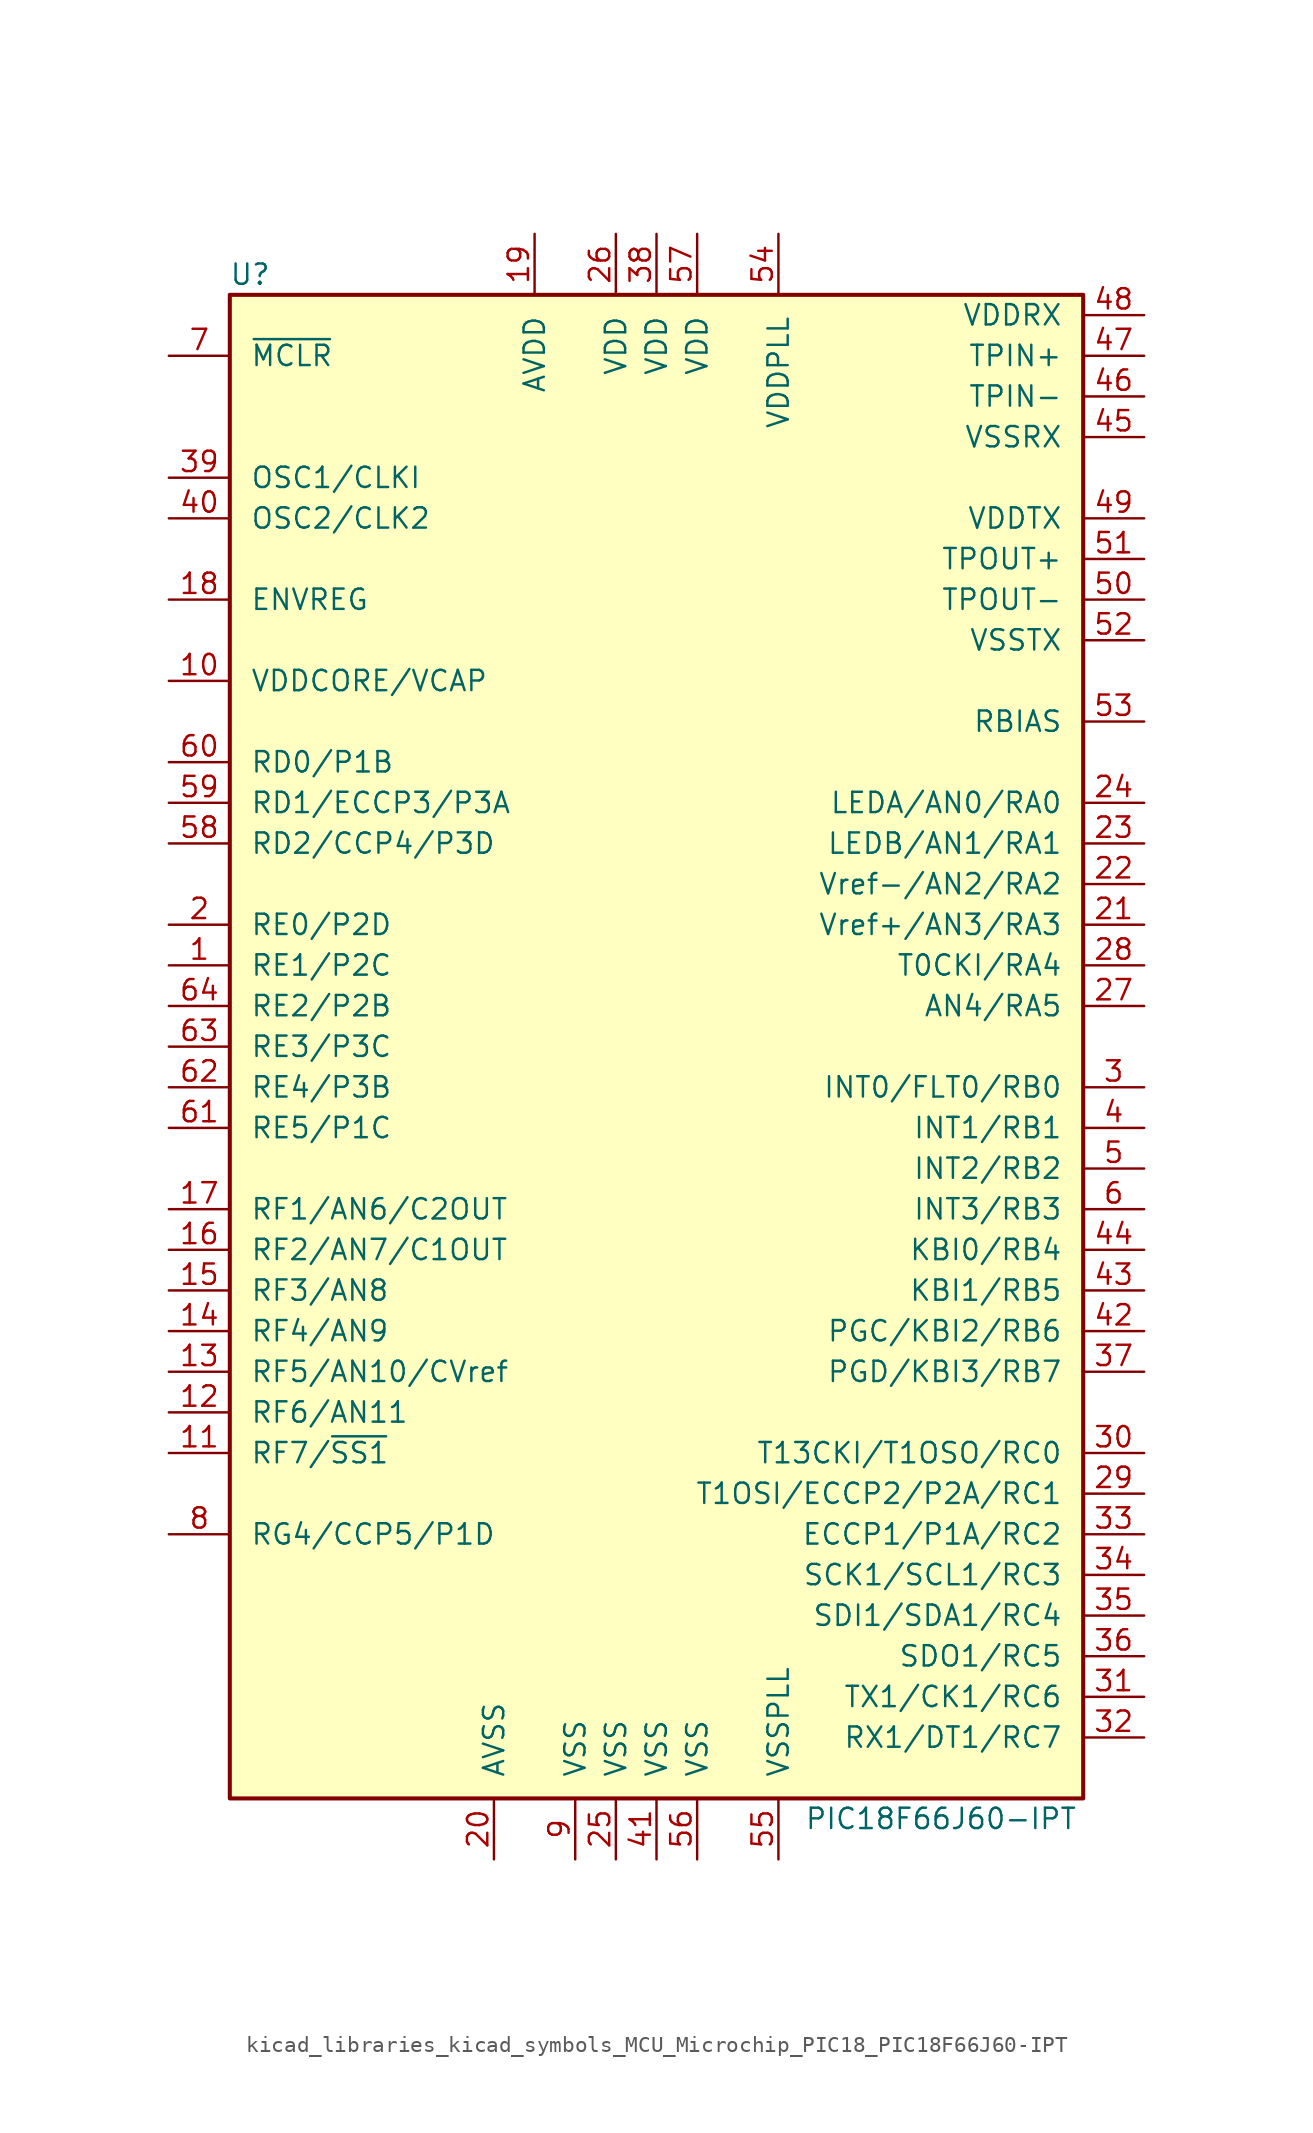
<source format=kicad_sym>
(kicad_symbol_lib
  (version 20220914)
  (generator kicad_symbol_editor)
  (symbol "kicad_libraries_kicad_symbols_MCU_Microchip_PIC18_PIC18F66J60-IPT"
    (pin_names
      (offset 1.27))
    (property "Reference" "U"
      (at -25.4 48.26 0)
      (effects (font (size 1.27 1.27))))
    (property "Value" "PIC18F66J60-IPT"
      (at 17.78 -48.26 0)
      (effects (font (size 1.27 1.27))))
    (symbol "kicad_libraries_kicad_symbols_MCU_Microchip_PIC18_PIC18F66J60-IPT_0_1"
      (rectangle (start -26.67 46.99) (end 26.67 -46.99) (stroke (width 0.254) (type default)) (fill (type background))))
    (symbol "kicad_libraries_kicad_symbols_MCU_Microchip_PIC18_PIC18F66J60-IPT_1_1"
      (pin bidirectional line (at -30.48 5.08 0) (length 3.81) (name "RE1/P2C" (effects (font (size 1.27 1.27)))) (number "1" (effects (font (size 1.27 1.27)))))
      (pin passive line (at -30.48 22.86 0) (length 3.81) (name "VDDCORE/VCAP" (effects (font (size 1.27 1.27)))) (number "10" (effects (font (size 1.27 1.27)))))
      (pin bidirectional line (at -30.48 -25.4 0) (length 3.81) (name "RF7/~{SS1}" (effects (font (size 1.27 1.27)))) (number "11" (effects (font (size 1.27 1.27)))))
      (pin bidirectional line (at -30.48 -22.86 0) (length 3.81) (name "RF6/AN11" (effects (font (size 1.27 1.27)))) (number "12" (effects (font (size 1.27 1.27)))))
      (pin bidirectional line (at -30.48 -20.32 0) (length 3.81) (name "RF5/AN10/CVref" (effects (font (size 1.27 1.27)))) (number "13" (effects (font (size 1.27 1.27)))))
      (pin bidirectional line (at -30.48 -17.78 0) (length 3.81) (name "RF4/AN9" (effects (font (size 1.27 1.27)))) (number "14" (effects (font (size 1.27 1.27)))))
      (pin bidirectional line (at -30.48 -15.24 0) (length 3.81) (name "RF3/AN8" (effects (font (size 1.27 1.27)))) (number "15" (effects (font (size 1.27 1.27)))))
      (pin bidirectional line (at -30.48 -12.7 0) (length 3.81) (name "RF2/AN7/C1OUT" (effects (font (size 1.27 1.27)))) (number "16" (effects (font (size 1.27 1.27)))))
      (pin bidirectional line (at -30.48 -10.16 0) (length 3.81) (name "RF1/AN6/C2OUT" (effects (font (size 1.27 1.27)))) (number "17" (effects (font (size 1.27 1.27)))))
      (pin passive line (at -30.48 27.94 0) (length 3.81) (name "ENVREG" (effects (font (size 1.27 1.27)))) (number "18" (effects (font (size 1.27 1.27)))))
      (pin power_in line (at -7.62 50.8 270) (length 3.81) (name "AVDD" (effects (font (size 1.27 1.27)))) (number "19" (effects (font (size 1.27 1.27)))))
      (pin bidirectional line (at -30.48 7.62 0) (length 3.81) (name "RE0/P2D" (effects (font (size 1.27 1.27)))) (number "2" (effects (font (size 1.27 1.27)))))
      (pin power_in line (at -10.16 -50.8 90) (length 3.81) (name "AVSS" (effects (font (size 1.27 1.27)))) (number "20" (effects (font (size 1.27 1.27)))))
      (pin bidirectional line (at 30.48 7.62 180) (length 3.81) (name "Vref+/AN3/RA3" (effects (font (size 1.27 1.27)))) (number "21" (effects (font (size 1.27 1.27)))))
      (pin bidirectional line (at 30.48 10.16 180) (length 3.81) (name "Vref-/AN2/RA2" (effects (font (size 1.27 1.27)))) (number "22" (effects (font (size 1.27 1.27)))))
      (pin bidirectional line (at 30.48 12.7 180) (length 3.81) (name "LEDB/AN1/RA1" (effects (font (size 1.27 1.27)))) (number "23" (effects (font (size 1.27 1.27)))))
      (pin bidirectional line (at 30.48 15.24 180) (length 3.81) (name "LEDA/AN0/RA0" (effects (font (size 1.27 1.27)))) (number "24" (effects (font (size 1.27 1.27)))))
      (pin power_in line (at -2.54 -50.8 90) (length 3.81) (name "VSS" (effects (font (size 1.27 1.27)))) (number "25" (effects (font (size 1.27 1.27)))))
      (pin power_in line (at -2.54 50.8 270) (length 3.81) (name "VDD" (effects (font (size 1.27 1.27)))) (number "26" (effects (font (size 1.27 1.27)))))
      (pin bidirectional line (at 30.48 2.54 180) (length 3.81) (name "AN4/RA5" (effects (font (size 1.27 1.27)))) (number "27" (effects (font (size 1.27 1.27)))))
      (pin bidirectional line (at 30.48 5.08 180) (length 3.81) (name "T0CKI/RA4" (effects (font (size 1.27 1.27)))) (number "28" (effects (font (size 1.27 1.27)))))
      (pin bidirectional line (at 30.48 -27.94 180) (length 3.81) (name "T1OSI/ECCP2/P2A/RC1" (effects (font (size 1.27 1.27)))) (number "29" (effects (font (size 1.27 1.27)))))
      (pin bidirectional line (at 30.48 -2.54 180) (length 3.81) (name "INT0/FLT0/RB0" (effects (font (size 1.27 1.27)))) (number "3" (effects (font (size 1.27 1.27)))))
      (pin bidirectional line (at 30.48 -25.4 180) (length 3.81) (name "T13CKI/T1OSO/RC0" (effects (font (size 1.27 1.27)))) (number "30" (effects (font (size 1.27 1.27)))))
      (pin bidirectional line (at 30.48 -40.64 180) (length 3.81) (name "TX1/CK1/RC6" (effects (font (size 1.27 1.27)))) (number "31" (effects (font (size 1.27 1.27)))))
      (pin bidirectional line (at 30.48 -43.18 180) (length 3.81) (name "RX1/DT1/RC7" (effects (font (size 1.27 1.27)))) (number "32" (effects (font (size 1.27 1.27)))))
      (pin bidirectional line (at 30.48 -30.48 180) (length 3.81) (name "ECCP1/P1A/RC2" (effects (font (size 1.27 1.27)))) (number "33" (effects (font (size 1.27 1.27)))))
      (pin bidirectional line (at 30.48 -33.02 180) (length 3.81) (name "SCK1/SCL1/RC3" (effects (font (size 1.27 1.27)))) (number "34" (effects (font (size 1.27 1.27)))))
      (pin bidirectional line (at 30.48 -35.56 180) (length 3.81) (name "SDI1/SDA1/RC4" (effects (font (size 1.27 1.27)))) (number "35" (effects (font (size 1.27 1.27)))))
      (pin bidirectional line (at 30.48 -38.1 180) (length 3.81) (name "SDO1/RC5" (effects (font (size 1.27 1.27)))) (number "36" (effects (font (size 1.27 1.27)))))
      (pin bidirectional line (at 30.48 -20.32 180) (length 3.81) (name "PGD/KBI3/RB7" (effects (font (size 1.27 1.27)))) (number "37" (effects (font (size 1.27 1.27)))))
      (pin power_in line (at 0 50.8 270) (length 3.81) (name "VDD" (effects (font (size 1.27 1.27)))) (number "38" (effects (font (size 1.27 1.27)))))
      (pin input line (at -30.48 35.56 0) (length 3.81) (name "OSC1/CLKI" (effects (font (size 1.27 1.27)))) (number "39" (effects (font (size 1.27 1.27)))))
      (pin bidirectional line (at 30.48 -5.08 180) (length 3.81) (name "INT1/RB1" (effects (font (size 1.27 1.27)))) (number "4" (effects (font (size 1.27 1.27)))))
      (pin output line (at -30.48 33.02 0) (length 3.81) (name "OSC2/CLK2" (effects (font (size 1.27 1.27)))) (number "40" (effects (font (size 1.27 1.27)))))
      (pin power_in line (at 0 -50.8 90) (length 3.81) (name "VSS" (effects (font (size 1.27 1.27)))) (number "41" (effects (font (size 1.27 1.27)))))
      (pin bidirectional line (at 30.48 -17.78 180) (length 3.81) (name "PGC/KBI2/RB6" (effects (font (size 1.27 1.27)))) (number "42" (effects (font (size 1.27 1.27)))))
      (pin bidirectional line (at 30.48 -15.24 180) (length 3.81) (name "KBI1/RB5" (effects (font (size 1.27 1.27)))) (number "43" (effects (font (size 1.27 1.27)))))
      (pin bidirectional line (at 30.48 -12.7 180) (length 3.81) (name "KBI0/RB4" (effects (font (size 1.27 1.27)))) (number "44" (effects (font (size 1.27 1.27)))))
      (pin power_in line (at 30.48 38.1 180) (length 3.81) (name "VSSRX" (effects (font (size 1.27 1.27)))) (number "45" (effects (font (size 1.27 1.27)))))
      (pin passive line (at 30.48 40.64 180) (length 3.81) (name "TPIN-" (effects (font (size 1.27 1.27)))) (number "46" (effects (font (size 1.27 1.27)))))
      (pin passive line (at 30.48 43.18 180) (length 3.81) (name "TPIN+" (effects (font (size 1.27 1.27)))) (number "47" (effects (font (size 1.27 1.27)))))
      (pin power_in line (at 30.48 45.72 180) (length 3.81) (name "VDDRX" (effects (font (size 1.27 1.27)))) (number "48" (effects (font (size 1.27 1.27)))))
      (pin power_in line (at 30.48 33.02 180) (length 3.81) (name "VDDTX" (effects (font (size 1.27 1.27)))) (number "49" (effects (font (size 1.27 1.27)))))
      (pin bidirectional line (at 30.48 -7.62 180) (length 3.81) (name "INT2/RB2" (effects (font (size 1.27 1.27)))) (number "5" (effects (font (size 1.27 1.27)))))
      (pin passive line (at 30.48 27.94 180) (length 3.81) (name "TPOUT-" (effects (font (size 1.27 1.27)))) (number "50" (effects (font (size 1.27 1.27)))))
      (pin passive line (at 30.48 30.48 180) (length 3.81) (name "TPOUT+" (effects (font (size 1.27 1.27)))) (number "51" (effects (font (size 1.27 1.27)))))
      (pin power_in line (at 30.48 25.4 180) (length 3.81) (name "VSSTX" (effects (font (size 1.27 1.27)))) (number "52" (effects (font (size 1.27 1.27)))))
      (pin passive line (at 30.48 20.32 180) (length 3.81) (name "RBIAS" (effects (font (size 1.27 1.27)))) (number "53" (effects (font (size 1.27 1.27)))))
      (pin power_in line (at 7.62 50.8 270) (length 3.81) (name "VDDPLL" (effects (font (size 1.27 1.27)))) (number "54" (effects (font (size 1.27 1.27)))))
      (pin power_in line (at 7.62 -50.8 90) (length 3.81) (name "VSSPLL" (effects (font (size 1.27 1.27)))) (number "55" (effects (font (size 1.27 1.27)))))
      (pin power_in line (at 2.54 -50.8 90) (length 3.81) (name "VSS" (effects (font (size 1.27 1.27)))) (number "56" (effects (font (size 1.27 1.27)))))
      (pin power_in line (at 2.54 50.8 270) (length 3.81) (name "VDD" (effects (font (size 1.27 1.27)))) (number "57" (effects (font (size 1.27 1.27)))))
      (pin bidirectional line (at -30.48 12.7 0) (length 3.81) (name "RD2/CCP4/P3D" (effects (font (size 1.27 1.27)))) (number "58" (effects (font (size 1.27 1.27)))))
      (pin bidirectional line (at -30.48 15.24 0) (length 3.81) (name "RD1/ECCP3/P3A" (effects (font (size 1.27 1.27)))) (number "59" (effects (font (size 1.27 1.27)))))
      (pin bidirectional line (at 30.48 -10.16 180) (length 3.81) (name "INT3/RB3" (effects (font (size 1.27 1.27)))) (number "6" (effects (font (size 1.27 1.27)))))
      (pin bidirectional line (at -30.48 17.78 0) (length 3.81) (name "RD0/P1B" (effects (font (size 1.27 1.27)))) (number "60" (effects (font (size 1.27 1.27)))))
      (pin bidirectional line (at -30.48 -5.08 0) (length 3.81) (name "RE5/P1C" (effects (font (size 1.27 1.27)))) (number "61" (effects (font (size 1.27 1.27)))))
      (pin bidirectional line (at -30.48 -2.54 0) (length 3.81) (name "RE4/P3B" (effects (font (size 1.27 1.27)))) (number "62" (effects (font (size 1.27 1.27)))))
      (pin bidirectional line (at -30.48 0 0) (length 3.81) (name "RE3/P3C" (effects (font (size 1.27 1.27)))) (number "63" (effects (font (size 1.27 1.27)))))
      (pin bidirectional line (at -30.48 2.54 0) (length 3.81) (name "RE2/P2B" (effects (font (size 1.27 1.27)))) (number "64" (effects (font (size 1.27 1.27)))))
      (pin input line (at -30.48 43.18 0) (length 3.81) (name "~{MCLR}" (effects (font (size 1.27 1.27)))) (number "7" (effects (font (size 1.27 1.27)))))
      (pin bidirectional line (at -30.48 -30.48 0) (length 3.81) (name "RG4/CCP5/P1D" (effects (font (size 1.27 1.27)))) (number "8" (effects (font (size 1.27 1.27)))))
      (pin power_in line (at -5.08 -50.8 90) (length 3.81) (name "VSS" (effects (font (size 1.27 1.27)))) (number "9" (effects (font (size 1.27 1.27))))))))
</source>
